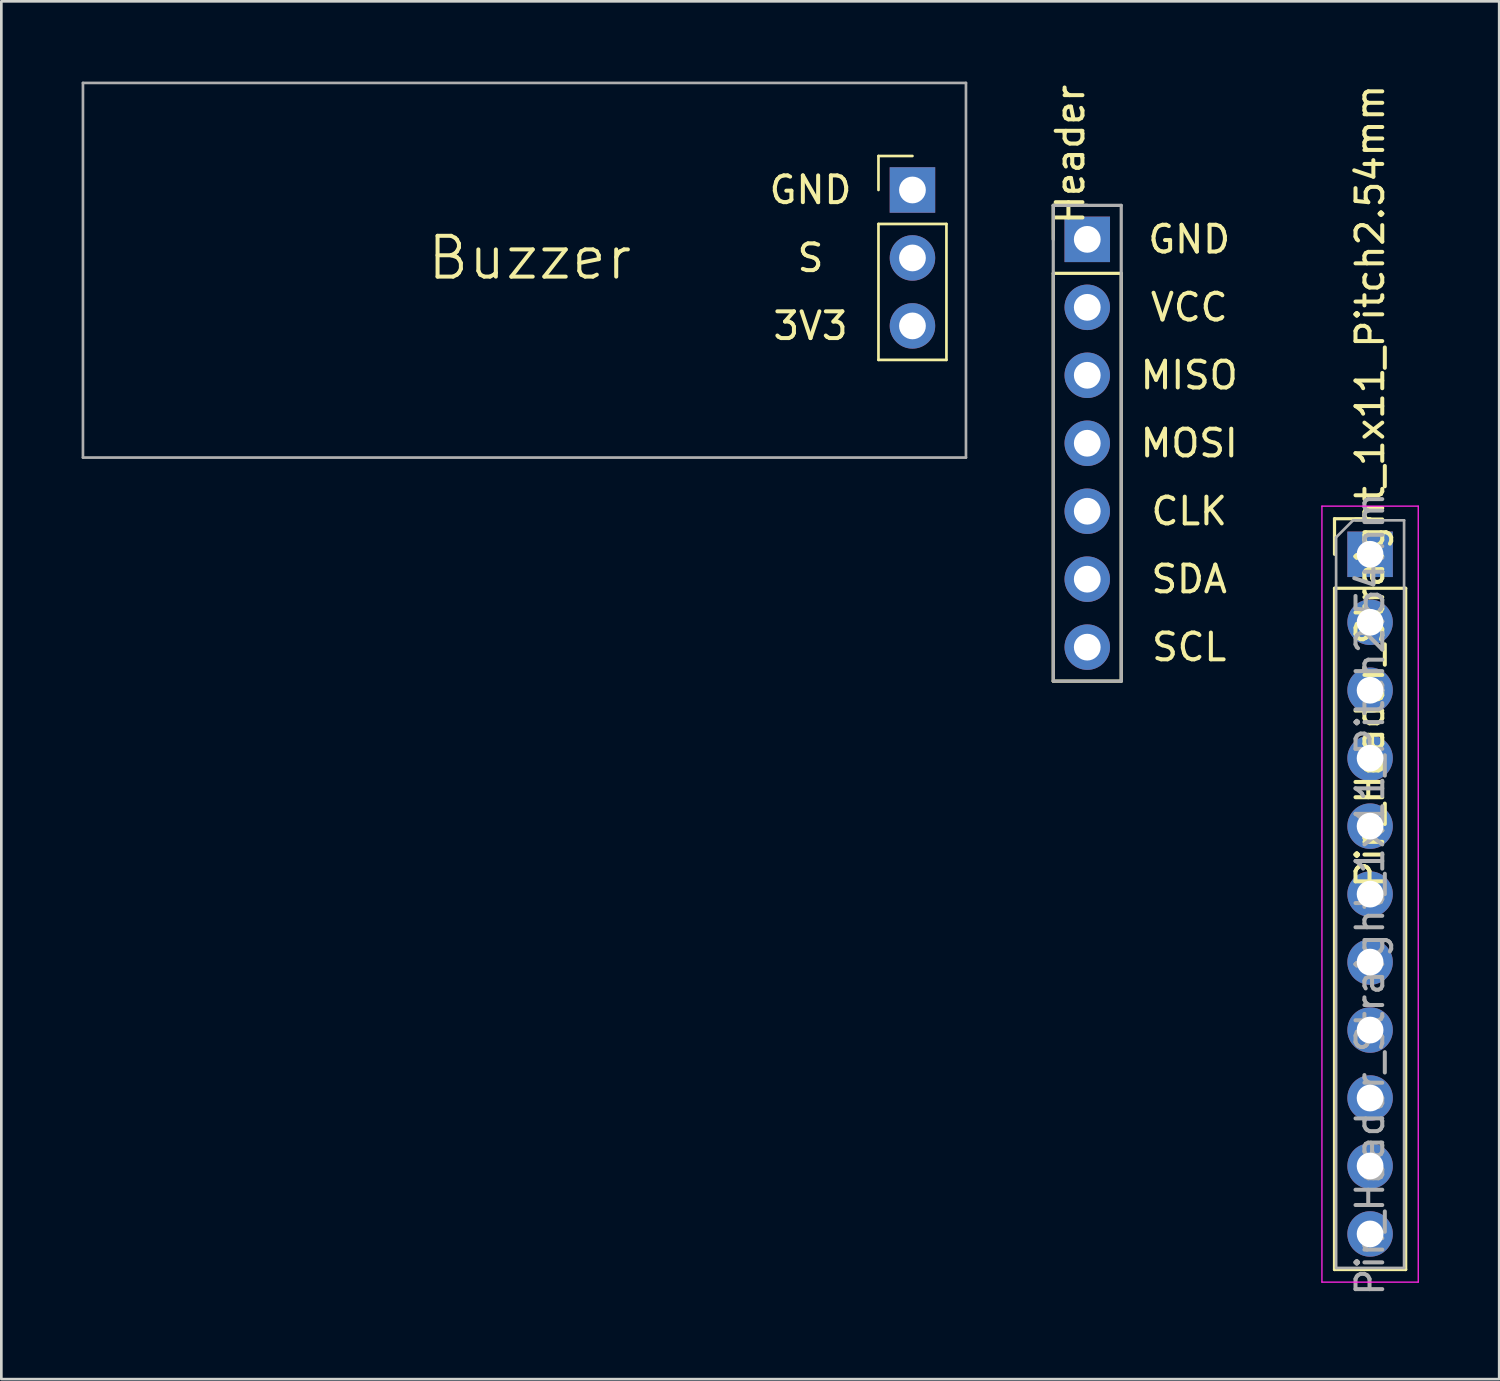
<source format=kicad_pcb>
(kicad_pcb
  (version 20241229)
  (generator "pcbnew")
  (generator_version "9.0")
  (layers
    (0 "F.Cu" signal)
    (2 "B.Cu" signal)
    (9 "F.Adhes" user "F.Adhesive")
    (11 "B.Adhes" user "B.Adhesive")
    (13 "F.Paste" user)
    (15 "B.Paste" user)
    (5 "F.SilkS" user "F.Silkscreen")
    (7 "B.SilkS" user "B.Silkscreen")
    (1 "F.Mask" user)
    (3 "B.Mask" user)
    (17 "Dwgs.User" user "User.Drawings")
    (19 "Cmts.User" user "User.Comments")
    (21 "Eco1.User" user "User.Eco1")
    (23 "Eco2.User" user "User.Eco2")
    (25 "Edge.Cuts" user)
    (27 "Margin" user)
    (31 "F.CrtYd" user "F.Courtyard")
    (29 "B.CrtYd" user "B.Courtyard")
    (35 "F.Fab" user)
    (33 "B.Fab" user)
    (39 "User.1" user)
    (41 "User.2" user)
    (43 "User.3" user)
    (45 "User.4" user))
  (footprint "Pin_Header_Straight_1x11_Pitch2.54mm"
    (layer "F.Cu")
    (at 48.153 17.665)
    (property "Reference" "Pin_Header_Straight_1x11_Pitch2.54mm" (at 0 -2.54 90) (layer "F.SilkS") (effects (font (size 1 1) (thickness 0.15))))
    (attr through_hole)
    (fp_line (start -1.33 -1.33) (end 0 -1.33) (stroke (width 0.12) (type solid)) (layer "F.SilkS"))
    (fp_line (start -1.33 0) (end -1.33 -1.33) (stroke (width 0.12) (type solid)) (layer "F.SilkS"))
    (fp_line (start -1.33 1.27) (end -1.33 26.73) (stroke (width 0.12) (type solid)) (layer "F.SilkS"))
    (fp_line (start -1.33 1.27) (end 1.33 1.27) (stroke (width 0.12) (type solid)) (layer "F.SilkS"))
    (fp_line (start -1.33 26.73) (end 1.33 26.73) (stroke (width 0.12) (type solid)) (layer "F.SilkS"))
    (fp_line (start 1.33 1.27) (end 1.33 26.73) (stroke (width 0.12) (type solid)) (layer "F.SilkS"))
    (fp_line (start -1.8 -1.8) (end -1.8 27.2) (stroke (width 0.05) (type solid)) (layer "F.CrtYd"))
    (fp_line (start -1.8 27.2) (end 1.8 27.2) (stroke (width 0.05) (type solid)) (layer "F.CrtYd"))
    (fp_line (start 1.8 -1.8) (end -1.8 -1.8) (stroke (width 0.05) (type solid)) (layer "F.CrtYd"))
    (fp_line (start 1.8 27.2) (end 1.8 -1.8) (stroke (width 0.05) (type solid)) (layer "F.CrtYd"))
    (fp_line (start -1.27 -0.635) (end -0.635 -1.27) (stroke (width 0.1) (type solid)) (layer "F.Fab"))
    (fp_line (start -1.27 26.67) (end -1.27 -0.635) (stroke (width 0.1) (type solid)) (layer "F.Fab"))
    (fp_line (start -0.635 -1.27) (end 1.27 -1.27) (stroke (width 0.1) (type solid)) (layer "F.Fab"))
    (fp_line (start 1.27 -1.27) (end 1.27 26.67) (stroke (width 0.1) (type solid)) (layer "F.Fab"))
    (fp_line (start 1.27 26.67) (end -1.27 26.67) (stroke (width 0.1) (type solid)) (layer "F.Fab"))
    (fp_text user "${REFERENCE}" (at 0 12.7 90) (layer "F.Fab") (effects (font (size 1 1) (thickness 0.15))))
    (pad "1" thru_hole rect (at 0 0) (size 1.7 1.7) (drill 1) (layers "*.Cu" "*.Mask"))
    (pad "2" thru_hole oval (at 0 2.54) (size 1.7 1.7) (drill 1) (layers "*.Cu" "*.Mask"))
    (pad "3" thru_hole oval (at 0 5.08) (size 1.7 1.7) (drill 1) (layers "*.Cu" "*.Mask"))
    (pad "4" thru_hole oval (at 0 7.62) (size 1.7 1.7) (drill 1) (layers "*.Cu" "*.Mask"))
    (pad "5" thru_hole oval (at 0 10.16) (size 1.7 1.7) (drill 1) (layers "*.Cu" "*.Mask"))
    (pad "6" thru_hole oval (at 0 12.7) (size 1.7 1.7) (drill 1) (layers "*.Cu" "*.Mask"))
    (pad "7" thru_hole oval (at 0 15.24) (size 1.7 1.7) (drill 1) (layers "*.Cu" "*.Mask"))
    (pad "8" thru_hole oval (at 0 17.78) (size 1.7 1.7) (drill 1) (layers "*.Cu" "*.Mask"))
    (pad "9" thru_hole oval (at 0 20.32) (size 1.7 1.7) (drill 1) (layers "*.Cu" "*.Mask"))
    (pad "10" thru_hole oval (at 0 22.86) (size 1.7 1.7) (drill 1) (layers "*.Cu" "*.Mask"))
    (pad "11" thru_hole oval (at 0 25.4) (size 1.7 1.7) (drill 1) (layers "*.Cu" "*.Mask")))
  (footprint "Header"
    (layer "F.Cu")
    (at 37.583 12.245)
    (property "Reference" "Header" (at -0.635 -9.525 90) (layer "F.SilkS") (effects (font (size 1 1) (thickness 0.15))))
    (attr through_hole)
    (fp_line (start -1.27 -7.62) (end 0 -7.62) (stroke (width 0.12) (type solid)) (layer "F.SilkS"))
    (fp_line (start -1.27 -6.35) (end -1.27 -7.62) (stroke (width 0.12) (type solid)) (layer "F.SilkS"))
    (fp_line (start -1.27 -5.08) (end -1.27 10.16) (stroke (width 0.12) (type solid)) (layer "F.SilkS"))
    (fp_line (start 1.27 -5.08) (end -1.27 -5.08) (stroke (width 0.12) (type solid)) (layer "F.SilkS"))
    (fp_line (start 1.27 10.16) (end -1.27 10.16) (stroke (width 0.12) (type solid)) (layer "F.SilkS"))
    (fp_line (start 1.27 10.16) (end 1.27 -5.08) (stroke (width 0.12) (type solid)) (layer "F.SilkS"))
    (fp_line (start -1.27 10.16) (end -1.27 -7.62) (stroke (width 0.12) (type solid)) (layer "F.Fab"))
    (fp_line (start -1.27 10.16) (end 1.27 10.16) (stroke (width 0.12) (type solid)) (layer "F.Fab"))
    (fp_line (start 1.27 -7.62) (end -1.27 -7.62) (stroke (width 0.12) (type solid)) (layer "F.Fab"))
    (fp_line (start 1.27 10.16) (end 1.27 -7.62) (stroke (width 0.12) (type solid)) (layer "F.Fab"))
    (fp_text user "SDA" (at 3.81 6.35 0) (layer "F.SilkS") (effects (font (size 1 1) (thickness 0.15))))
    (fp_text user "MISO" (at 3.81 -1.27 0) (layer "F.SilkS") (effects (font (size 1 1) (thickness 0.15))))
    (fp_text user "CLK" (at 3.81 3.81 0) (layer "F.SilkS") (effects (font (size 1 1) (thickness 0.15))))
    (fp_text user "GND" (at 3.81 -6.35 0) (layer "F.SilkS") (effects (font (size 1 1) (thickness 0.15))))
    (fp_text user "MOSI" (at 3.81 1.27 0) (layer "F.SilkS") (effects (font (size 1 1) (thickness 0.15))))
    (fp_text user "SCL" (at 3.81 8.89 0) (layer "F.SilkS") (effects (font (size 1 1) (thickness 0.15))))
    (fp_text user "VCC" (at 3.81 -3.81 0) (layer "F.SilkS") (effects (font (size 1 1) (thickness 0.15))))
    (pad "1" thru_hole rect (at 0 -6.35) (size 1.7 1.7) (drill 1) (layers "*.Cu" "*.Mask"))
    (pad "2" thru_hole circle (at 0 -3.81) (size 1.7 1.7) (drill 1) (layers "*.Cu" "*.Mask"))
    (pad "3" thru_hole circle (at 0 -1.27) (size 1.7 1.7) (drill 1) (layers "*.Cu" "*.Mask"))
    (pad "4" thru_hole circle (at 0 1.27) (size 1.7 1.7) (drill 1) (layers "*.Cu" "*.Mask"))
    (pad "5" thru_hole circle (at 0 3.81) (size 1.7 1.7) (drill 1) (layers "*.Cu" "*.Mask"))
    (pad "6" thru_hole circle (at 0 6.35) (size 1.7 1.7) (drill 1) (layers "*.Cu" "*.Mask"))
    (pad "7" thru_hole circle (at 0 8.89) (size 1.7 1.7) (drill 1) (layers "*.Cu" "*.Mask")))
  (footprint "Buzzer"
    (layer "F.Cu")
    (at 31.05 6.59)
    (property "Reference" "Buzzer" (at -14.3 0 0) (layer "F.SilkS") (effects (font (size 1.524 1.524) (thickness 0.15))))
    (attr through_hole)
    (fp_line (start -1.27 -3.81) (end 0 -3.81) (stroke (width 0.1) (type solid)) (layer "F.SilkS"))
    (fp_line (start -1.27 -2.54) (end -1.27 -3.81) (stroke (width 0.1) (type solid)) (layer "F.SilkS"))
    (fp_line (start -1.27 -1.27) (end 1.27 -1.27) (stroke (width 0.1) (type solid)) (layer "F.SilkS"))
    (fp_line (start -1.27 3.81) (end -1.27 -1.27) (stroke (width 0.1) (type solid)) (layer "F.SilkS"))
    (fp_line (start 1.27 -1.27) (end 1.27 3.81) (stroke (width 0.1) (type solid)) (layer "F.SilkS"))
    (fp_line (start 1.27 3.81) (end -1.27 3.81) (stroke (width 0.1) (type solid)) (layer "F.SilkS"))
    (fp_line (start -31 -6.54) (end -31 7.46) (stroke (width 0.1) (type solid)) (layer "F.Fab"))
    (fp_line (start -31 7.46) (end 2 7.46) (stroke (width 0.1) (type solid)) (layer "F.Fab"))
    (fp_line (start 2 -6.54) (end -31 -6.54) (stroke (width 0.1) (type solid)) (layer "F.Fab"))
    (fp_line (start 2 7.46) (end 2 -6.54) (stroke (width 0.1) (type solid)) (layer "F.Fab"))
    (fp_text user "3V3" (at -3.81 2.54 0) (layer "F.SilkS") (effects (font (size 1 1) (thickness 0.15))))
    (fp_text user "GND" (at -3.81 -2.54 0) (layer "F.SilkS") (effects (font (size 1 1) (thickness 0.15))))
    (fp_text user "S" (at -3.81 0 0) (layer "F.SilkS") (effects (font (size 1 1) (thickness 0.15))))
    (pad "1" thru_hole rect (at 0 -2.54) (size 1.7 1.7) (drill 1) (layers "*.Cu" "*.Mask"))
    (pad "2" thru_hole circle (at 0 0) (size 1.7 1.7) (drill 1) (layers "*.Cu" "*.Mask"))
    (pad "3" thru_hole circle (at 0 2.54) (size 1.7 1.7) (drill 1) (layers "*.Cu" "*.Mask")))
  (gr_rect
    (start -3 -3)
    (end 52.978 48.49)
    (stroke (width 0.1) (type default))
    (fill no)
    (layer "Edge.Cuts")))
</source>
